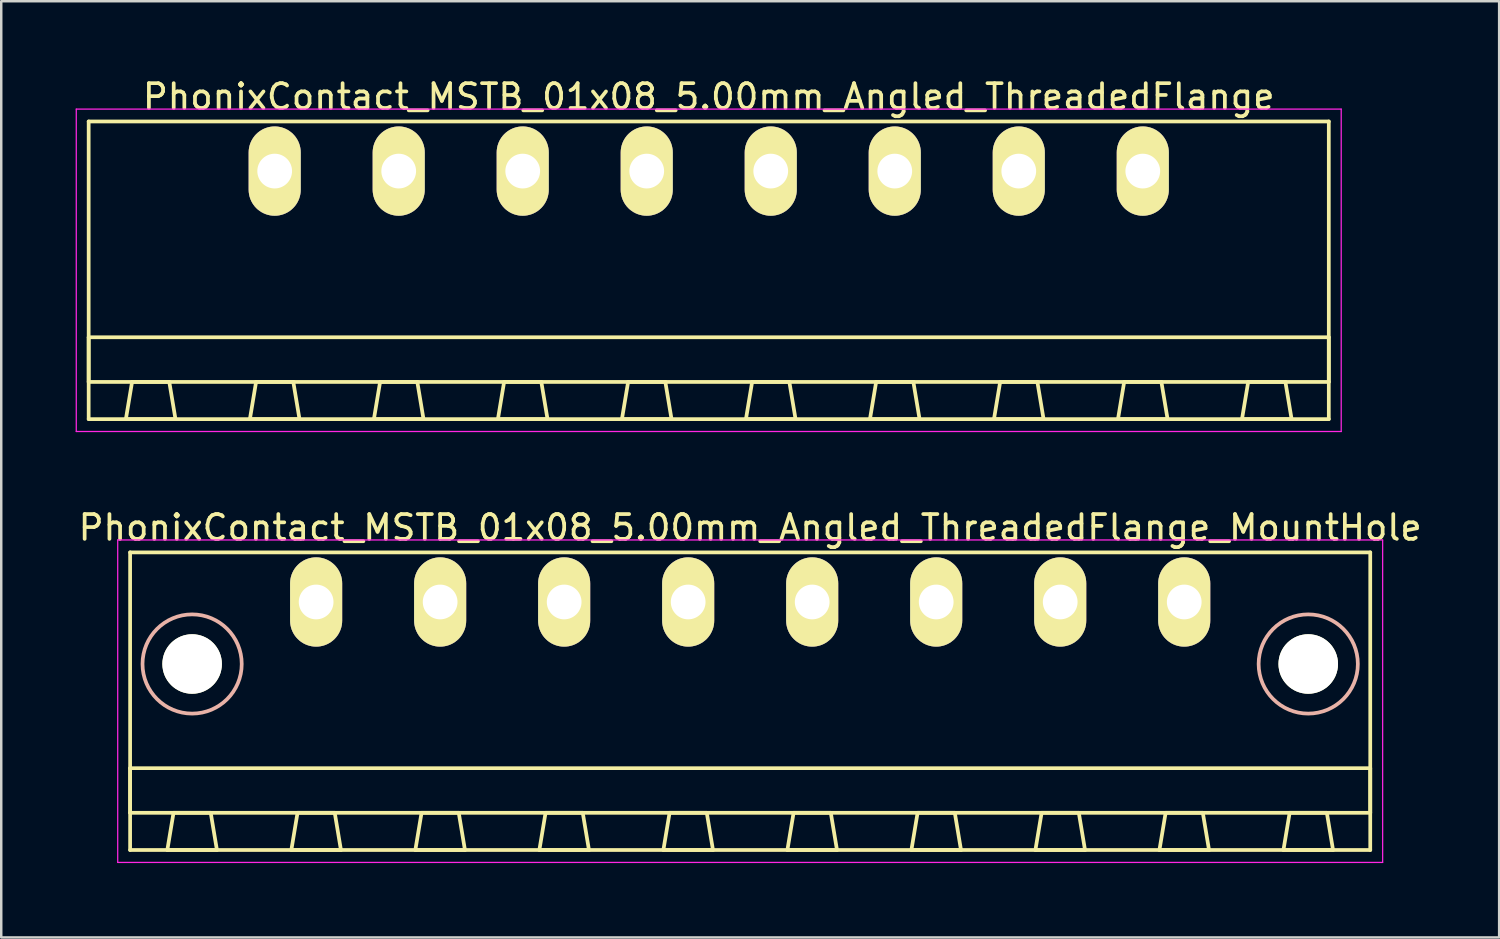
<source format=kicad_pcb>
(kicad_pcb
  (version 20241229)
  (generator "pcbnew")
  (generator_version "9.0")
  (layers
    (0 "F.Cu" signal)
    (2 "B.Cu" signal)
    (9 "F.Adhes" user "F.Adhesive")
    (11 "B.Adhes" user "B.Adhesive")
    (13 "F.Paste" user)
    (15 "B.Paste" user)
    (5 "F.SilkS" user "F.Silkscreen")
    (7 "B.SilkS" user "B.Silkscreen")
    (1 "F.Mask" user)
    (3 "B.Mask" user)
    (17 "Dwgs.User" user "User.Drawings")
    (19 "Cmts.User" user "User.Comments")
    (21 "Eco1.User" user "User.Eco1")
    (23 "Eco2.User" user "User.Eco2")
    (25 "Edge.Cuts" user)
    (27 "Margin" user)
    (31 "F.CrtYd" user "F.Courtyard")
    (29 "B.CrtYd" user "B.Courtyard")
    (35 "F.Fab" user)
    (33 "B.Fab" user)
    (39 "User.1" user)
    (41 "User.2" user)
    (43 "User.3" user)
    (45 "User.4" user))
  (footprint "PhonixContact_MSTB_01x08_5.00mm_Angled_ThreadedFlange_MountHole"
    (layer "F.Cu")
    (at 9.696 21.221)
    (property "Reference" "PhonixContact_MSTB_01x08_5.00mm_Angled_ThreadedFlange_MountHole" (at 17.5 -3 0) (layer "F.SilkS") (effects (font (size 1 1) (thickness 0.15))))
    (attr through_hole)
    (fp_line (start -7.5 -2) (end -7.5 10) (stroke (width 0.15) (type solid)) (layer "F.SilkS"))
    (fp_line (start -7.5 6.7) (end 42.5 6.7) (stroke (width 0.15) (type solid)) (layer "F.SilkS"))
    (fp_line (start -7.5 8.5) (end -7.5 6.7) (stroke (width 0.15) (type solid)) (layer "F.SilkS"))
    (fp_line (start -7.5 10) (end 42.5 10) (stroke (width 0.15) (type solid)) (layer "F.SilkS"))
    (fp_line (start -6 10) (end -4 10) (stroke (width 0.15) (type solid)) (layer "F.SilkS"))
    (fp_line (start -5.75 8.5) (end -6 10) (stroke (width 0.15) (type solid)) (layer "F.SilkS"))
    (fp_line (start -4.25 8.5) (end -5.75 8.5) (stroke (width 0.15) (type solid)) (layer "F.SilkS"))
    (fp_line (start -4 10) (end -4.25 8.5) (stroke (width 0.15) (type solid)) (layer "F.SilkS"))
    (fp_line (start -1 10) (end 1 10) (stroke (width 0.15) (type solid)) (layer "F.SilkS"))
    (fp_line (start -0.75 8.5) (end -1 10) (stroke (width 0.15) (type solid)) (layer "F.SilkS"))
    (fp_line (start 0.75 8.5) (end -0.75 8.5) (stroke (width 0.15) (type solid)) (layer "F.SilkS"))
    (fp_line (start 1 10) (end 0.75 8.5) (stroke (width 0.15) (type solid)) (layer "F.SilkS"))
    (fp_line (start 4 10) (end 6 10) (stroke (width 0.15) (type solid)) (layer "F.SilkS"))
    (fp_line (start 4.25 8.5) (end 4 10) (stroke (width 0.15) (type solid)) (layer "F.SilkS"))
    (fp_line (start 5.75 8.5) (end 4.25 8.5) (stroke (width 0.15) (type solid)) (layer "F.SilkS"))
    (fp_line (start 6 10) (end 5.75 8.5) (stroke (width 0.15) (type solid)) (layer "F.SilkS"))
    (fp_line (start 9 10) (end 11 10) (stroke (width 0.15) (type solid)) (layer "F.SilkS"))
    (fp_line (start 9.25 8.5) (end 9 10) (stroke (width 0.15) (type solid)) (layer "F.SilkS"))
    (fp_line (start 10.75 8.5) (end 9.25 8.5) (stroke (width 0.15) (type solid)) (layer "F.SilkS"))
    (fp_line (start 11 10) (end 10.75 8.5) (stroke (width 0.15) (type solid)) (layer "F.SilkS"))
    (fp_line (start 14 10) (end 16 10) (stroke (width 0.15) (type solid)) (layer "F.SilkS"))
    (fp_line (start 14.25 8.5) (end 14 10) (stroke (width 0.15) (type solid)) (layer "F.SilkS"))
    (fp_line (start 15.75 8.5) (end 14.25 8.5) (stroke (width 0.15) (type solid)) (layer "F.SilkS"))
    (fp_line (start 16 10) (end 15.75 8.5) (stroke (width 0.15) (type solid)) (layer "F.SilkS"))
    (fp_line (start 19 10) (end 21 10) (stroke (width 0.15) (type solid)) (layer "F.SilkS"))
    (fp_line (start 19.25 8.5) (end 19 10) (stroke (width 0.15) (type solid)) (layer "F.SilkS"))
    (fp_line (start 20.75 8.5) (end 19.25 8.5) (stroke (width 0.15) (type solid)) (layer "F.SilkS"))
    (fp_line (start 21 10) (end 20.75 8.5) (stroke (width 0.15) (type solid)) (layer "F.SilkS"))
    (fp_line (start 24 10) (end 26 10) (stroke (width 0.15) (type solid)) (layer "F.SilkS"))
    (fp_line (start 24.25 8.5) (end 24 10) (stroke (width 0.15) (type solid)) (layer "F.SilkS"))
    (fp_line (start 25.75 8.5) (end 24.25 8.5) (stroke (width 0.15) (type solid)) (layer "F.SilkS"))
    (fp_line (start 26 10) (end 25.75 8.5) (stroke (width 0.15) (type solid)) (layer "F.SilkS"))
    (fp_line (start 29 10) (end 31 10) (stroke (width 0.15) (type solid)) (layer "F.SilkS"))
    (fp_line (start 29.25 8.5) (end 29 10) (stroke (width 0.15) (type solid)) (layer "F.SilkS"))
    (fp_line (start 30.75 8.5) (end 29.25 8.5) (stroke (width 0.15) (type solid)) (layer "F.SilkS"))
    (fp_line (start 31 10) (end 30.75 8.5) (stroke (width 0.15) (type solid)) (layer "F.SilkS"))
    (fp_line (start 34 10) (end 36 10) (stroke (width 0.15) (type solid)) (layer "F.SilkS"))
    (fp_line (start 34.25 8.5) (end 34 10) (stroke (width 0.15) (type solid)) (layer "F.SilkS"))
    (fp_line (start 35.75 8.5) (end 34.25 8.5) (stroke (width 0.15) (type solid)) (layer "F.SilkS"))
    (fp_line (start 36 10) (end 35.75 8.5) (stroke (width 0.15) (type solid)) (layer "F.SilkS"))
    (fp_line (start 39 10) (end 41 10) (stroke (width 0.15) (type solid)) (layer "F.SilkS"))
    (fp_line (start 39.25 8.5) (end 39 10) (stroke (width 0.15) (type solid)) (layer "F.SilkS"))
    (fp_line (start 40.75 8.5) (end 39.25 8.5) (stroke (width 0.15) (type solid)) (layer "F.SilkS"))
    (fp_line (start 41 10) (end 40.75 8.5) (stroke (width 0.15) (type solid)) (layer "F.SilkS"))
    (fp_line (start 42.5 -2) (end -7.5 -2) (stroke (width 0.15) (type solid)) (layer "F.SilkS"))
    (fp_line (start 42.5 6.7) (end 42.5 8.5) (stroke (width 0.15) (type solid)) (layer "F.SilkS"))
    (fp_line (start 42.5 8.5) (end -7.5 8.5) (stroke (width 0.15) (type solid)) (layer "F.SilkS"))
    (fp_line (start 42.5 10) (end 42.5 -2) (stroke (width 0.15) (type solid)) (layer "F.SilkS"))
    (fp_circle (center -5 2.5) (end -3 2.5) (stroke (width 0.15) (type solid)) (fill no) (layer "B.SilkS"))
    (fp_circle (center 40 2.5) (end 42 2.5) (stroke (width 0.15) (type solid)) (fill no) (layer "B.SilkS"))
    (fp_line (start -8 -2.5) (end -8 10.5) (stroke (width 0.05) (type solid)) (layer "F.CrtYd"))
    (fp_line (start -8 10.5) (end 43 10.5) (stroke (width 0.05) (type solid)) (layer "F.CrtYd"))
    (fp_line (start 43 -2.5) (end -8 -2.5) (stroke (width 0.05) (type solid)) (layer "F.CrtYd"))
    (fp_line (start 43 10.5) (end 43 -2.5) (stroke (width 0.05) (type solid)) (layer "F.CrtYd"))
    (pad "" np_thru_hole circle (at -5 2.5) (size 2.4 2.4) (drill 2.4) (layers "*.Cu" "*.Mask" "F.SilkS"))
    (pad "" np_thru_hole circle (at 40 2.5) (size 2.4 2.4) (drill 2.4) (layers "*.Cu" "*.Mask" "F.SilkS"))
    (pad "1" thru_hole oval (at 0 0) (size 2.1 3.6) (drill 1.4) (layers "*.Cu" "*.Mask" "F.SilkS"))
    (pad "2" thru_hole oval (at 5 0) (size 2.1 3.6) (drill 1.4) (layers "*.Cu" "*.Mask" "F.SilkS"))
    (pad "3" thru_hole oval (at 10 0) (size 2.1 3.6) (drill 1.4) (layers "*.Cu" "*.Mask" "F.SilkS"))
    (pad "4" thru_hole oval (at 15 0) (size 2.1 3.6) (drill 1.4) (layers "*.Cu" "*.Mask" "F.SilkS"))
    (pad "5" thru_hole oval (at 20 0) (size 2.1 3.6) (drill 1.4) (layers "*.Cu" "*.Mask" "F.SilkS"))
    (pad "6" thru_hole oval (at 25 0) (size 2.1 3.6) (drill 1.4) (layers "*.Cu" "*.Mask" "F.SilkS"))
    (pad "7" thru_hole oval (at 30 0) (size 2.1 3.6) (drill 1.4) (layers "*.Cu" "*.Mask" "F.SilkS"))
    (pad "8" thru_hole oval (at 35 0) (size 2.1 3.6) (drill 1.4) (layers "*.Cu" "*.Mask" "F.SilkS")))
  (footprint "PhonixContact_MSTB_01x08_5.00mm_Angled_ThreadedFlange"
    (layer "F.Cu")
    (at 8.025 3.848)
    (property "Reference" "PhonixContact_MSTB_01x08_5.00mm_Angled_ThreadedFlange" (at 17.5 -3 0) (layer "F.SilkS") (effects (font (size 1 1) (thickness 0.15))))
    (attr through_hole)
    (fp_line (start -7.5 -2) (end -7.5 10) (stroke (width 0.15) (type solid)) (layer "F.SilkS"))
    (fp_line (start -7.5 6.7) (end 42.5 6.7) (stroke (width 0.15) (type solid)) (layer "F.SilkS"))
    (fp_line (start -7.5 8.5) (end -7.5 6.7) (stroke (width 0.15) (type solid)) (layer "F.SilkS"))
    (fp_line (start -7.5 10) (end 42.5 10) (stroke (width 0.15) (type solid)) (layer "F.SilkS"))
    (fp_line (start -6 10) (end -4 10) (stroke (width 0.15) (type solid)) (layer "F.SilkS"))
    (fp_line (start -5.75 8.5) (end -6 10) (stroke (width 0.15) (type solid)) (layer "F.SilkS"))
    (fp_line (start -4.25 8.5) (end -5.75 8.5) (stroke (width 0.15) (type solid)) (layer "F.SilkS"))
    (fp_line (start -4 10) (end -4.25 8.5) (stroke (width 0.15) (type solid)) (layer "F.SilkS"))
    (fp_line (start -1 10) (end 1 10) (stroke (width 0.15) (type solid)) (layer "F.SilkS"))
    (fp_line (start -0.75 8.5) (end -1 10) (stroke (width 0.15) (type solid)) (layer "F.SilkS"))
    (fp_line (start 0.75 8.5) (end -0.75 8.5) (stroke (width 0.15) (type solid)) (layer "F.SilkS"))
    (fp_line (start 1 10) (end 0.75 8.5) (stroke (width 0.15) (type solid)) (layer "F.SilkS"))
    (fp_line (start 4 10) (end 6 10) (stroke (width 0.15) (type solid)) (layer "F.SilkS"))
    (fp_line (start 4.25 8.5) (end 4 10) (stroke (width 0.15) (type solid)) (layer "F.SilkS"))
    (fp_line (start 5.75 8.5) (end 4.25 8.5) (stroke (width 0.15) (type solid)) (layer "F.SilkS"))
    (fp_line (start 6 10) (end 5.75 8.5) (stroke (width 0.15) (type solid)) (layer "F.SilkS"))
    (fp_line (start 9 10) (end 11 10) (stroke (width 0.15) (type solid)) (layer "F.SilkS"))
    (fp_line (start 9.25 8.5) (end 9 10) (stroke (width 0.15) (type solid)) (layer "F.SilkS"))
    (fp_line (start 10.75 8.5) (end 9.25 8.5) (stroke (width 0.15) (type solid)) (layer "F.SilkS"))
    (fp_line (start 11 10) (end 10.75 8.5) (stroke (width 0.15) (type solid)) (layer "F.SilkS"))
    (fp_line (start 14 10) (end 16 10) (stroke (width 0.15) (type solid)) (layer "F.SilkS"))
    (fp_line (start 14.25 8.5) (end 14 10) (stroke (width 0.15) (type solid)) (layer "F.SilkS"))
    (fp_line (start 15.75 8.5) (end 14.25 8.5) (stroke (width 0.15) (type solid)) (layer "F.SilkS"))
    (fp_line (start 16 10) (end 15.75 8.5) (stroke (width 0.15) (type solid)) (layer "F.SilkS"))
    (fp_line (start 19 10) (end 21 10) (stroke (width 0.15) (type solid)) (layer "F.SilkS"))
    (fp_line (start 19.25 8.5) (end 19 10) (stroke (width 0.15) (type solid)) (layer "F.SilkS"))
    (fp_line (start 20.75 8.5) (end 19.25 8.5) (stroke (width 0.15) (type solid)) (layer "F.SilkS"))
    (fp_line (start 21 10) (end 20.75 8.5) (stroke (width 0.15) (type solid)) (layer "F.SilkS"))
    (fp_line (start 24 10) (end 26 10) (stroke (width 0.15) (type solid)) (layer "F.SilkS"))
    (fp_line (start 24.25 8.5) (end 24 10) (stroke (width 0.15) (type solid)) (layer "F.SilkS"))
    (fp_line (start 25.75 8.5) (end 24.25 8.5) (stroke (width 0.15) (type solid)) (layer "F.SilkS"))
    (fp_line (start 26 10) (end 25.75 8.5) (stroke (width 0.15) (type solid)) (layer "F.SilkS"))
    (fp_line (start 29 10) (end 31 10) (stroke (width 0.15) (type solid)) (layer "F.SilkS"))
    (fp_line (start 29.25 8.5) (end 29 10) (stroke (width 0.15) (type solid)) (layer "F.SilkS"))
    (fp_line (start 30.75 8.5) (end 29.25 8.5) (stroke (width 0.15) (type solid)) (layer "F.SilkS"))
    (fp_line (start 31 10) (end 30.75 8.5) (stroke (width 0.15) (type solid)) (layer "F.SilkS"))
    (fp_line (start 34 10) (end 36 10) (stroke (width 0.15) (type solid)) (layer "F.SilkS"))
    (fp_line (start 34.25 8.5) (end 34 10) (stroke (width 0.15) (type solid)) (layer "F.SilkS"))
    (fp_line (start 35.75 8.5) (end 34.25 8.5) (stroke (width 0.15) (type solid)) (layer "F.SilkS"))
    (fp_line (start 36 10) (end 35.75 8.5) (stroke (width 0.15) (type solid)) (layer "F.SilkS"))
    (fp_line (start 39 10) (end 41 10) (stroke (width 0.15) (type solid)) (layer "F.SilkS"))
    (fp_line (start 39.25 8.5) (end 39 10) (stroke (width 0.15) (type solid)) (layer "F.SilkS"))
    (fp_line (start 40.75 8.5) (end 39.25 8.5) (stroke (width 0.15) (type solid)) (layer "F.SilkS"))
    (fp_line (start 41 10) (end 40.75 8.5) (stroke (width 0.15) (type solid)) (layer "F.SilkS"))
    (fp_line (start 42.5 -2) (end -7.5 -2) (stroke (width 0.15) (type solid)) (layer "F.SilkS"))
    (fp_line (start 42.5 6.7) (end 42.5 8.5) (stroke (width 0.15) (type solid)) (layer "F.SilkS"))
    (fp_line (start 42.5 8.5) (end -7.5 8.5) (stroke (width 0.15) (type solid)) (layer "F.SilkS"))
    (fp_line (start 42.5 10) (end 42.5 -2) (stroke (width 0.15) (type solid)) (layer "F.SilkS"))
    (fp_line (start -8 -2.5) (end -8 10.5) (stroke (width 0.05) (type solid)) (layer "F.CrtYd"))
    (fp_line (start -8 10.5) (end 43 10.5) (stroke (width 0.05) (type solid)) (layer "F.CrtYd"))
    (fp_line (start 43 -2.5) (end -8 -2.5) (stroke (width 0.05) (type solid)) (layer "F.CrtYd"))
    (fp_line (start 43 10.5) (end 43 -2.5) (stroke (width 0.05) (type solid)) (layer "F.CrtYd"))
    (pad "1" thru_hole oval (at 0 0) (size 2.1 3.6) (drill 1.4) (layers "*.Cu" "*.Mask" "F.SilkS"))
    (pad "2" thru_hole oval (at 5 0) (size 2.1 3.6) (drill 1.4) (layers "*.Cu" "*.Mask" "F.SilkS"))
    (pad "3" thru_hole oval (at 10 0) (size 2.1 3.6) (drill 1.4) (layers "*.Cu" "*.Mask" "F.SilkS"))
    (pad "4" thru_hole oval (at 15 0) (size 2.1 3.6) (drill 1.4) (layers "*.Cu" "*.Mask" "F.SilkS"))
    (pad "5" thru_hole oval (at 20 0) (size 2.1 3.6) (drill 1.4) (layers "*.Cu" "*.Mask" "F.SilkS"))
    (pad "6" thru_hole oval (at 25 0) (size 2.1 3.6) (drill 1.4) (layers "*.Cu" "*.Mask" "F.SilkS"))
    (pad "7" thru_hole oval (at 30 0) (size 2.1 3.6) (drill 1.4) (layers "*.Cu" "*.Mask" "F.SilkS"))
    (pad "8" thru_hole oval (at 35 0) (size 2.1 3.6) (drill 1.4) (layers "*.Cu" "*.Mask" "F.SilkS")))
  (gr_rect
    (start -3 -3)
    (end 57.393 34.746)
    (stroke (width 0.1) (type default))
    (fill no)
    (layer "Edge.Cuts")))
</source>
